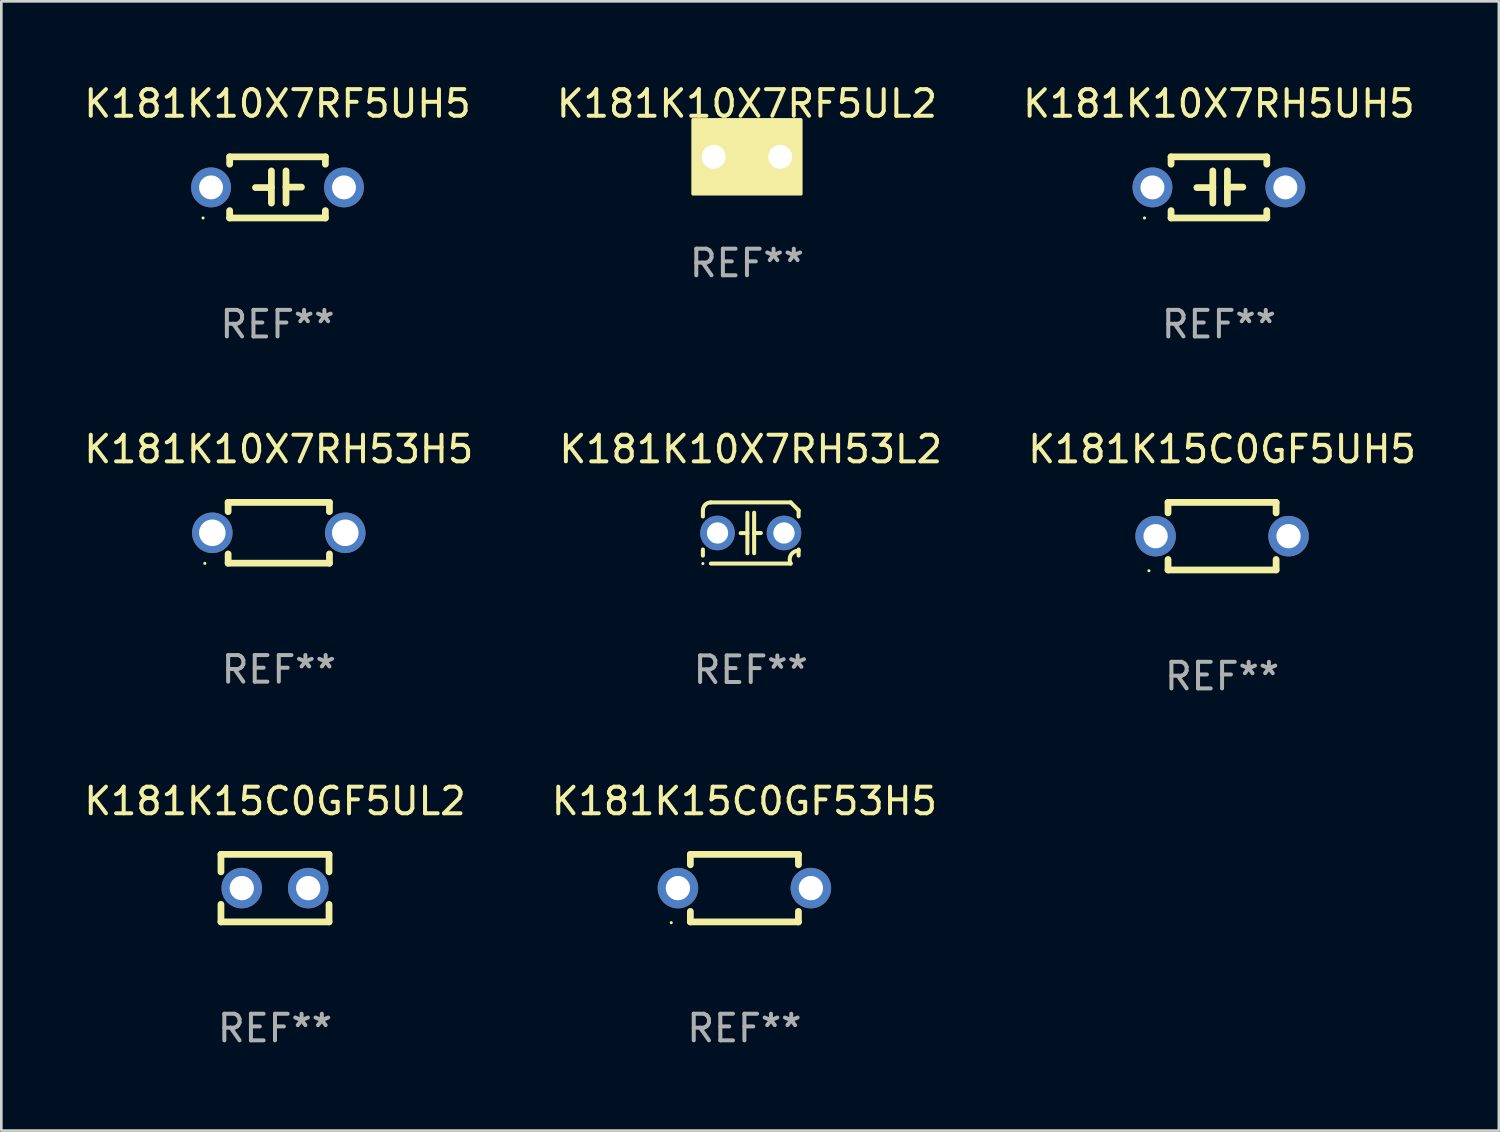
<source format=kicad_pcb>
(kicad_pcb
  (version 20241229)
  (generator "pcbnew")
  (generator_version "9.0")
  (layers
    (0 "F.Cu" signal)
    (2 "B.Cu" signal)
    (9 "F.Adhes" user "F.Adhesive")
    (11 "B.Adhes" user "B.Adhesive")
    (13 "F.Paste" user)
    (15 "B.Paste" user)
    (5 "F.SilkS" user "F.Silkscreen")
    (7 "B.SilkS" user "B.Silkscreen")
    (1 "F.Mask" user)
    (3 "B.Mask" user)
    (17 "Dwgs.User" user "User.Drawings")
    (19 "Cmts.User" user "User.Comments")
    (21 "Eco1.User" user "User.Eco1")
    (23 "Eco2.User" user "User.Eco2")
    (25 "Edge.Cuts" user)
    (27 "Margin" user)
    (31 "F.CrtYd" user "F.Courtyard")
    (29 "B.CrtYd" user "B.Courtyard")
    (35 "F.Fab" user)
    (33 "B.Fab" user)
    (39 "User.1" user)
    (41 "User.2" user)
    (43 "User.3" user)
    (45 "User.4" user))
  (footprint "K181K10X7RH53H5"
    (layer "F.Cu")
    (at 7.435 16.988)
    (property "Reference" "K181K10X7RH53H5" (at 0 -3.143 0) (layer "F.SilkS") (effects (font (size 1 1) (thickness 0.15))))
    (attr through_hole)
    (fp_line (start -1.905 -1.143) (end 1.905 -1.143) (stroke (width 0.254) (type solid)) (layer "F.SilkS"))
    (fp_line (start -1.905 -0.795) (end -1.905 -1.143) (stroke (width 0.254) (type solid)) (layer "F.SilkS"))
    (fp_line (start -1.905 1.143) (end -1.905 0.795) (stroke (width 0.254) (type solid)) (layer "F.SilkS"))
    (fp_line (start 1.905 -1.143) (end 1.905 -0.795) (stroke (width 0.254) (type solid)) (layer "F.SilkS"))
    (fp_line (start 1.905 0.795) (end 1.905 1.143) (stroke (width 0.254) (type solid)) (layer "F.SilkS"))
    (fp_line (start 1.905 1.143) (end -1.905 1.143) (stroke (width 0.254) (type solid)) (layer "F.SilkS"))
    (fp_circle (center -2.781 1.15) (end -2.751 1.15) (stroke (width 0.06) (type solid)) (fill no) (layer "F.SilkS"))
    (fp_text user "REF**" (at 0 5.143 0) (layer "F.Fab") (effects (font (size 1 1) (thickness 0.15))))
    (pad "1" thru_hole circle (at -2.5 0) (size 1.524 1.524) (drill 1) (layers "*.Cu" "*.Mask"))
    (pad "2" thru_hole circle (at 2.5 0) (size 1.524 1.524) (drill 1) (layers "*.Cu" "*.Mask")))
  (footprint "K181K10X7RH53L2"
    (layer "F.Cu")
    (at 25.185 16.995)
    (property "Reference" "K181K10X7RH53L2" (at 0 -3.15 0) (layer "F.SilkS") (effects (font (size 1 1) (thickness 0.15))))
    (attr through_hole)
    (fp_line (start -1.8 -0.621) (end -1.8 -0.85) (stroke (width 0.152) (type solid)) (layer "F.SilkS"))
    (fp_line (start -1.8 0.85) (end -1.8 0.621) (stroke (width 0.152) (type solid)) (layer "F.SilkS"))
    (fp_line (start -1.5 -1.15) (end 1.5 -1.15) (stroke (width 0.152) (type solid)) (layer "F.SilkS"))
    (fp_line (start -0.127 -0.762) (end -0.127 0.762) (stroke (width 0.152) (type solid)) (layer "F.SilkS"))
    (fp_line (start -0.127 0.005) (end -0.381 0.005) (stroke (width 0.152) (type solid)) (layer "F.SilkS"))
    (fp_line (start 0.127 -0.762) (end 0.127 0.762) (stroke (width 0.152) (type solid)) (layer "F.SilkS"))
    (fp_line (start 0.127 0.002) (end 0.381 0.002) (stroke (width 0.152) (type solid)) (layer "F.SilkS"))
    (fp_line (start 1.5 1.15) (end -1.5 1.15) (stroke (width 0.152) (type solid)) (layer "F.SilkS"))
    (fp_line (start 1.8 -0.85) (end 1.8 -0.621) (stroke (width 0.152) (type solid)) (layer "F.SilkS"))
    (fp_line (start 1.8 0.621) (end 1.8 0.85) (stroke (width 0.152) (type solid)) (layer "F.SilkS"))
    (fp_arc (start -1.799975 -0.849987) (mid -1.712107 -1.062119) (end -1.499975 -1.149987) (stroke (width 0.151994) (type solid)) (layer "F.SilkS"))
    (fp_arc (start 1.499975 1.149987) (mid 1.513726 0.822359) (end 1.799975 0.662387) (stroke (width 0.151994) (type solid)) (layer "F.SilkS"))
    (fp_arc (start 1.500001 -1.149986) (mid 1.650015 -1.000001) (end 1.8 -0.849987) (stroke (width 0.151994) (type solid)) (layer "F.SilkS"))
    (fp_circle (center -1.8 1.15) (end -1.77 1.15) (stroke (width 0.06) (type solid)) (fill no) (layer "F.SilkS"))
    (fp_text user "REF**" (at 0 5.15 0) (layer "F.Fab") (effects (font (size 1 1) (thickness 0.15))))
    (pad "1" thru_hole circle (at -1.25 0) (size 1.3 1.3) (drill 0.8) (layers "*.Cu" "*.Mask"))
    (pad "2" thru_hole circle (at 1.25 0) (size 1.3 1.3) (drill 0.8) (layers "*.Cu" "*.Mask")))
  (footprint "K181K10X7RF5UH5"
    (layer "F.Cu")
    (at 7.387 3.998)
    (property "Reference" "K181K10X7RF5UH5" (at 0 -3.15 0) (layer "F.SilkS") (effects (font (size 1 1) (thickness 0.15))))
    (attr through_hole)
    (fp_line (start -1.8 -1.15) (end -1.8 -0.872) (stroke (width 0.254) (type solid)) (layer "F.SilkS"))
    (fp_line (start -1.8 -1.15) (end 1.8 -1.15) (stroke (width 0.254) (type solid)) (layer "F.SilkS"))
    (fp_line (start -1.8 0.872) (end -1.8 1.15) (stroke (width 0.254) (type solid)) (layer "F.SilkS"))
    (fp_line (start -1.8 1.15) (end 1.8 1.15) (stroke (width 0.254) (type solid)) (layer "F.SilkS"))
    (fp_line (start -0.23 -0.62) (end -0.23 0.59) (stroke (width 0.254) (type solid)) (layer "F.SilkS"))
    (fp_line (start -0.23 0.007) (end -0.83 0.007) (stroke (width 0.254) (type solid)) (layer "F.SilkS"))
    (fp_line (start 0.32 -0.62) (end 0.32 0.59) (stroke (width 0.254) (type solid)) (layer "F.SilkS"))
    (fp_line (start 0.32 -0.012) (end 0.9 -0.012) (stroke (width 0.254) (type solid)) (layer "F.SilkS"))
    (fp_line (start 1.8 -1.15) (end 1.8 -0.872) (stroke (width 0.254) (type solid)) (layer "F.SilkS"))
    (fp_line (start 1.8 0.872) (end 1.8 1.15) (stroke (width 0.254) (type solid)) (layer "F.SilkS"))
    (fp_circle (center -2.8 1.15) (end -2.77 1.15) (stroke (width 0.06) (type solid)) (fill no) (layer "F.SilkS"))
    (fp_text user "REF**" (at 0 5.15 0) (layer "F.Fab") (effects (font (size 1 1) (thickness 0.15))))
    (pad "1" thru_hole circle (at -2.5 0) (size 1.5 1.5) (drill 0.9) (layers "*.Cu" "*.Mask"))
    (pad "2" thru_hole circle (at 2.5 0) (size 1.5 1.5) (drill 0.9) (layers "*.Cu" "*.Mask")))
  (footprint "K181K15C0GF5UH5"
    (layer "F.Cu")
    (at 42.911 17.115)
    (property "Reference" "K181K15C0GF5UH5" (at 0 -3.27 0) (layer "F.SilkS") (effects (font (size 1 1) (thickness 0.15))))
    (attr through_hole)
    (fp_line (start -2.032 -1.27) (end -2.032 -0.876) (stroke (width 0.254) (type solid)) (layer "F.SilkS"))
    (fp_line (start -2.032 0.876) (end -2.032 1.27) (stroke (width 0.254) (type solid)) (layer "F.SilkS"))
    (fp_line (start -2.032 1.27) (end 2.032 1.27) (stroke (width 0.254) (type solid)) (layer "F.SilkS"))
    (fp_line (start 2.032 -1.27) (end -2.032 -1.27) (stroke (width 0.254) (type solid)) (layer "F.SilkS"))
    (fp_line (start 2.032 -0.876) (end 2.032 -1.27) (stroke (width 0.254) (type solid)) (layer "F.SilkS"))
    (fp_line (start 2.032 1.27) (end 2.032 0.876) (stroke (width 0.254) (type solid)) (layer "F.SilkS"))
    (fp_circle (center -2.751 1.3) (end -2.721 1.3) (stroke (width 0.06) (type solid)) (fill no) (layer "F.SilkS"))
    (fp_text user "REF**" (at 0 5.27 0) (layer "F.Fab") (effects (font (size 1 1) (thickness 0.15))))
    (pad "1" thru_hole circle (at -2.5 0) (size 1.524 1.524) (drill 0.914) (layers "*.Cu" "*.Mask"))
    (pad "2" thru_hole circle (at 2.5 0) (size 1.524 1.524) (drill 0.914) (layers "*.Cu" "*.Mask")))
  (footprint "K181K10X7RH5UH5"
    (layer "F.Cu")
    (at 42.792 3.998)
    (property "Reference" "K181K10X7RH5UH5" (at 0 -3.15 0) (layer "F.SilkS") (effects (font (size 1 1) (thickness 0.15))))
    (attr through_hole)
    (fp_line (start -1.8 -1.15) (end -1.8 -0.872) (stroke (width 0.254) (type solid)) (layer "F.SilkS"))
    (fp_line (start -1.8 -1.15) (end 1.8 -1.15) (stroke (width 0.254) (type solid)) (layer "F.SilkS"))
    (fp_line (start -1.8 0.872) (end -1.8 1.15) (stroke (width 0.254) (type solid)) (layer "F.SilkS"))
    (fp_line (start -1.8 1.15) (end 1.8 1.15) (stroke (width 0.254) (type solid)) (layer "F.SilkS"))
    (fp_line (start -0.23 -0.62) (end -0.23 0.59) (stroke (width 0.254) (type solid)) (layer "F.SilkS"))
    (fp_line (start -0.23 0.007) (end -0.83 0.007) (stroke (width 0.254) (type solid)) (layer "F.SilkS"))
    (fp_line (start 0.32 -0.62) (end 0.32 0.59) (stroke (width 0.254) (type solid)) (layer "F.SilkS"))
    (fp_line (start 0.32 -0.012) (end 0.9 -0.012) (stroke (width 0.254) (type solid)) (layer "F.SilkS"))
    (fp_line (start 1.8 -1.15) (end 1.8 -0.872) (stroke (width 0.254) (type solid)) (layer "F.SilkS"))
    (fp_line (start 1.8 0.872) (end 1.8 1.15) (stroke (width 0.254) (type solid)) (layer "F.SilkS"))
    (fp_circle (center -2.8 1.15) (end -2.77 1.15) (stroke (width 0.06) (type solid)) (fill no) (layer "F.SilkS"))
    (fp_text user "REF**" (at 0 5.15 0) (layer "F.Fab") (effects (font (size 1 1) (thickness 0.15))))
    (pad "1" thru_hole circle (at -2.5 0) (size 1.5 1.5) (drill 0.9) (layers "*.Cu" "*.Mask"))
    (pad "2" thru_hole circle (at 2.5 0) (size 1.5 1.5) (drill 0.9) (layers "*.Cu" "*.Mask")))
  (footprint "K181K10X7RF5UL2"
    (layer "F.Cu")
    (at 25.042 2.848)
    (property "Reference" "K181K10X7RF5UL2" (at 0 -2 0) (layer "F.SilkS") (effects (font (size 1 1) (thickness 0.15))))
    (attr through_hole)
    (fp_circle (center -1.8 1.15) (end -1.77 1.15) (stroke (width 0.06) (type solid)) (fill no) (layer "F.SilkS"))
    (fp_poly (pts (xy -2.032 -1.397) (xy 2.032 -1.397) (xy 2.032 1.397) (xy -2.032 1.397)) (stroke (width 0.12) (type solid)) (fill yes) (layer "F.SilkS"))
    (fp_text user "REF**" (at 0 4 0) (layer "F.Fab") (effects (font (size 1 1) (thickness 0.15))))
    (pad "1" thru_hole circle (at -1.25 0) (size 1.5 1.5) (drill 0.9) (layers "*.Cu" "*.Mask"))
    (pad "2" thru_hole circle (at 1.25 0) (size 1.5 1.5) (drill 0.9) (layers "*.Cu" "*.Mask")))
  (footprint "K181K15C0GF53H5"
    (layer "F.Cu")
    (at 24.946 30.351)
    (property "Reference" "K181K15C0GF53H5" (at 0 -3.27 0) (layer "F.SilkS") (effects (font (size 1 1) (thickness 0.15))))
    (attr through_hole)
    (fp_line (start -2.032 -1.27) (end -2.032 -0.876) (stroke (width 0.254) (type solid)) (layer "F.SilkS"))
    (fp_line (start -2.032 0.876) (end -2.032 1.27) (stroke (width 0.254) (type solid)) (layer "F.SilkS"))
    (fp_line (start -2.032 1.27) (end 2.032 1.27) (stroke (width 0.254) (type solid)) (layer "F.SilkS"))
    (fp_line (start 2.032 -1.27) (end -2.032 -1.27) (stroke (width 0.254) (type solid)) (layer "F.SilkS"))
    (fp_line (start 2.032 -0.876) (end 2.032 -1.27) (stroke (width 0.254) (type solid)) (layer "F.SilkS"))
    (fp_line (start 2.032 1.27) (end 2.032 0.876) (stroke (width 0.254) (type solid)) (layer "F.SilkS"))
    (fp_circle (center -2.751 1.3) (end -2.721 1.3) (stroke (width 0.06) (type solid)) (fill no) (layer "F.SilkS"))
    (fp_text user "REF**" (at 0 5.27 0) (layer "F.Fab") (effects (font (size 1 1) (thickness 0.15))))
    (pad "1" thru_hole circle (at -2.5 0) (size 1.524 1.524) (drill 0.914) (layers "*.Cu" "*.Mask"))
    (pad "2" thru_hole circle (at 2.5 0) (size 1.524 1.524) (drill 0.914) (layers "*.Cu" "*.Mask")))
  (footprint "K181K15C0GF5UL2"
    (layer "F.Cu")
    (at 7.292 30.351)
    (property "Reference" "K181K15C0GF5UL2" (at 0 -3.27 0) (layer "F.SilkS") (effects (font (size 1 1) (thickness 0.15))))
    (attr through_hole)
    (fp_line (start -2.032 -1.27) (end -2.032 -0.611) (stroke (width 0.254) (type solid)) (layer "F.SilkS"))
    (fp_line (start -2.032 0.611) (end -2.032 1.27) (stroke (width 0.254) (type solid)) (layer "F.SilkS"))
    (fp_line (start -2.032 1.27) (end 2.032 1.27) (stroke (width 0.254) (type solid)) (layer "F.SilkS"))
    (fp_line (start 2.032 -1.27) (end -2.032 -1.27) (stroke (width 0.254) (type solid)) (layer "F.SilkS"))
    (fp_line (start 2.032 -0.611) (end 2.032 -1.27) (stroke (width 0.254) (type solid)) (layer "F.SilkS"))
    (fp_line (start 2.032 1.27) (end 2.032 0.611) (stroke (width 0.254) (type solid)) (layer "F.SilkS"))
    (fp_circle (center -2 1.3) (end -1.97 1.3) (stroke (width 0.06) (type solid)) (fill no) (layer "F.SilkS"))
    (fp_text user "REF**" (at 0 5.27 0) (layer "F.Fab") (effects (font (size 1 1) (thickness 0.15))))
    (pad "1" thru_hole circle (at -1.25 0) (size 1.524 1.524) (drill 0.914) (layers "*.Cu" "*.Mask"))
    (pad "2" thru_hole circle (at 1.25 0) (size 1.524 1.524) (drill 0.914) (layers "*.Cu" "*.Mask")))
  (gr_rect
    (start -3 -3)
    (end 53.321 39.47)
    (stroke (width 0.1) (type default))
    (fill no)
    (layer "Edge.Cuts")))
</source>
